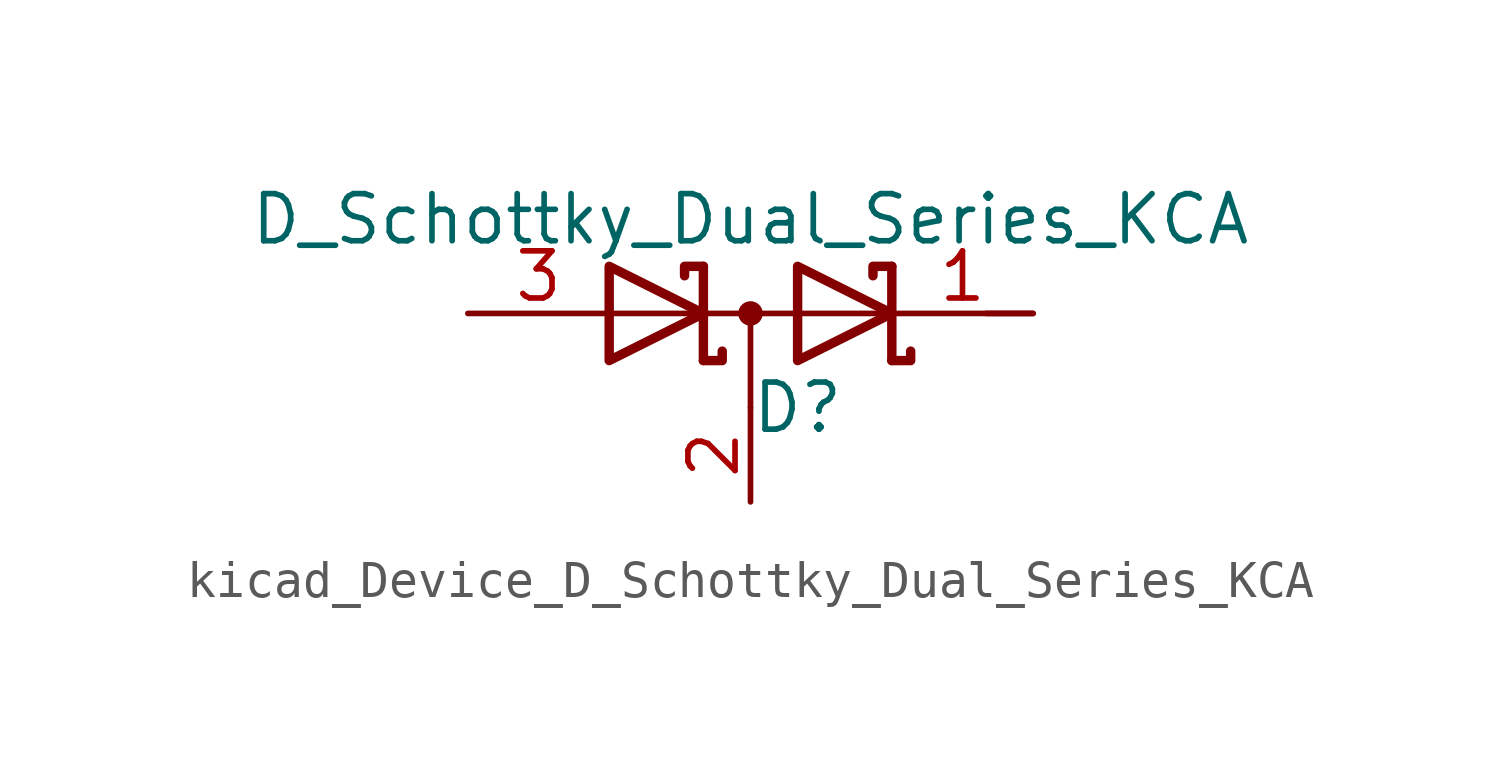
<source format=kicad_sym>
(kicad_symbol_lib
  (version 20220914)
  (generator kicad_symbol_editor)
  (symbol "kicad_Device_D_Schottky_Dual_Series_KCA"
    (pin_names
      (offset 0.762) hide)
    (property "Reference" "D"
      (at 1.27 -2.54 0)
      (effects (font (size 1.27 1.27))))
    (property "Value" "D_Schottky_Dual_Series_KCA"
      (at 0 2.54 0)
      (effects (font (size 1.27 1.27))))
    (symbol "kicad_Device_D_Schottky_Dual_Series_KCA_0_1"
      (polyline (pts (xy -3.81 0) (xy 3.81 0)) (stroke (width 0) (type default)) (fill (type none)))
      (polyline (pts (xy 0 0) (xy 0 -2.54)) (stroke (width 0) (type default)) (fill (type none)))
      (polyline (pts (xy 6.35 0) (xy 7.62 0)) (stroke (width 0) (type default)) (fill (type none)))
      (polyline (pts (xy -1.27 -1.27) (xy -1.27 1.27) (xy -1.27 1.27)) (stroke (width 0.254) (type default)) (fill (type none)))
      (polyline (pts (xy 3.81 1.27) (xy 3.81 -1.27) (xy 3.81 -1.27)) (stroke (width 0.254) (type default)) (fill (type none)))
      (polyline (pts (xy -1.27 -1.27) (xy -0.762 -1.27) (xy -0.762 -1.016) (xy -0.762 -1.016)) (stroke (width 0.254) (type default)) (fill (type none)))
      (polyline (pts (xy 3.81 -1.27) (xy 4.318 -1.27) (xy 4.318 -1.016) (xy 4.318 -1.016)) (stroke (width 0.254) (type default)) (fill (type none)))
      (polyline (pts (xy 3.81 1.27) (xy 3.302 1.27) (xy 3.302 1.016) (xy 3.302 1.016)) (stroke (width 0.254) (type default)) (fill (type none)))
      (polyline (pts (xy -1.778 1.016) (xy -1.778 1.27) (xy -1.27 1.27) (xy -1.27 1.27) (xy -1.27 1.27)) (stroke (width 0.254) (type default)) (fill (type none)))
      (polyline (pts (xy -3.81 1.27) (xy -1.27 0) (xy -3.81 -1.27) (xy -3.81 1.27) (xy -3.81 1.27) (xy -3.81 1.27)) (stroke (width 0.254) (type default)) (fill (type none)))
      (polyline (pts (xy 1.27 1.27) (xy 3.81 0) (xy 1.27 -1.27) (xy 1.27 1.27) (xy 1.27 1.27) (xy 1.27 1.27)) (stroke (width 0.254) (type default)) (fill (type none)))
      (circle (center 0 0) (radius 0.254) (stroke (width 0) (type default)) (fill (type outline)))
      (pin passive line (at 7.62 0 180) (length 3.81) (name "K" (effects (font (size 1.27 1.27)))) (number "1" (effects (font (size 1.27 1.27)))))
      (pin passive line (at 0 -5.08 90) (length 2.54) (name "common" (effects (font (size 1.27 1.27)))) (number "2" (effects (font (size 1.27 1.27)))))
      (pin passive line (at -7.62 0 0) (length 3.81) (name "A" (effects (font (size 1.27 1.27)))) (number "3" (effects (font (size 1.27 1.27))))))))
</source>
